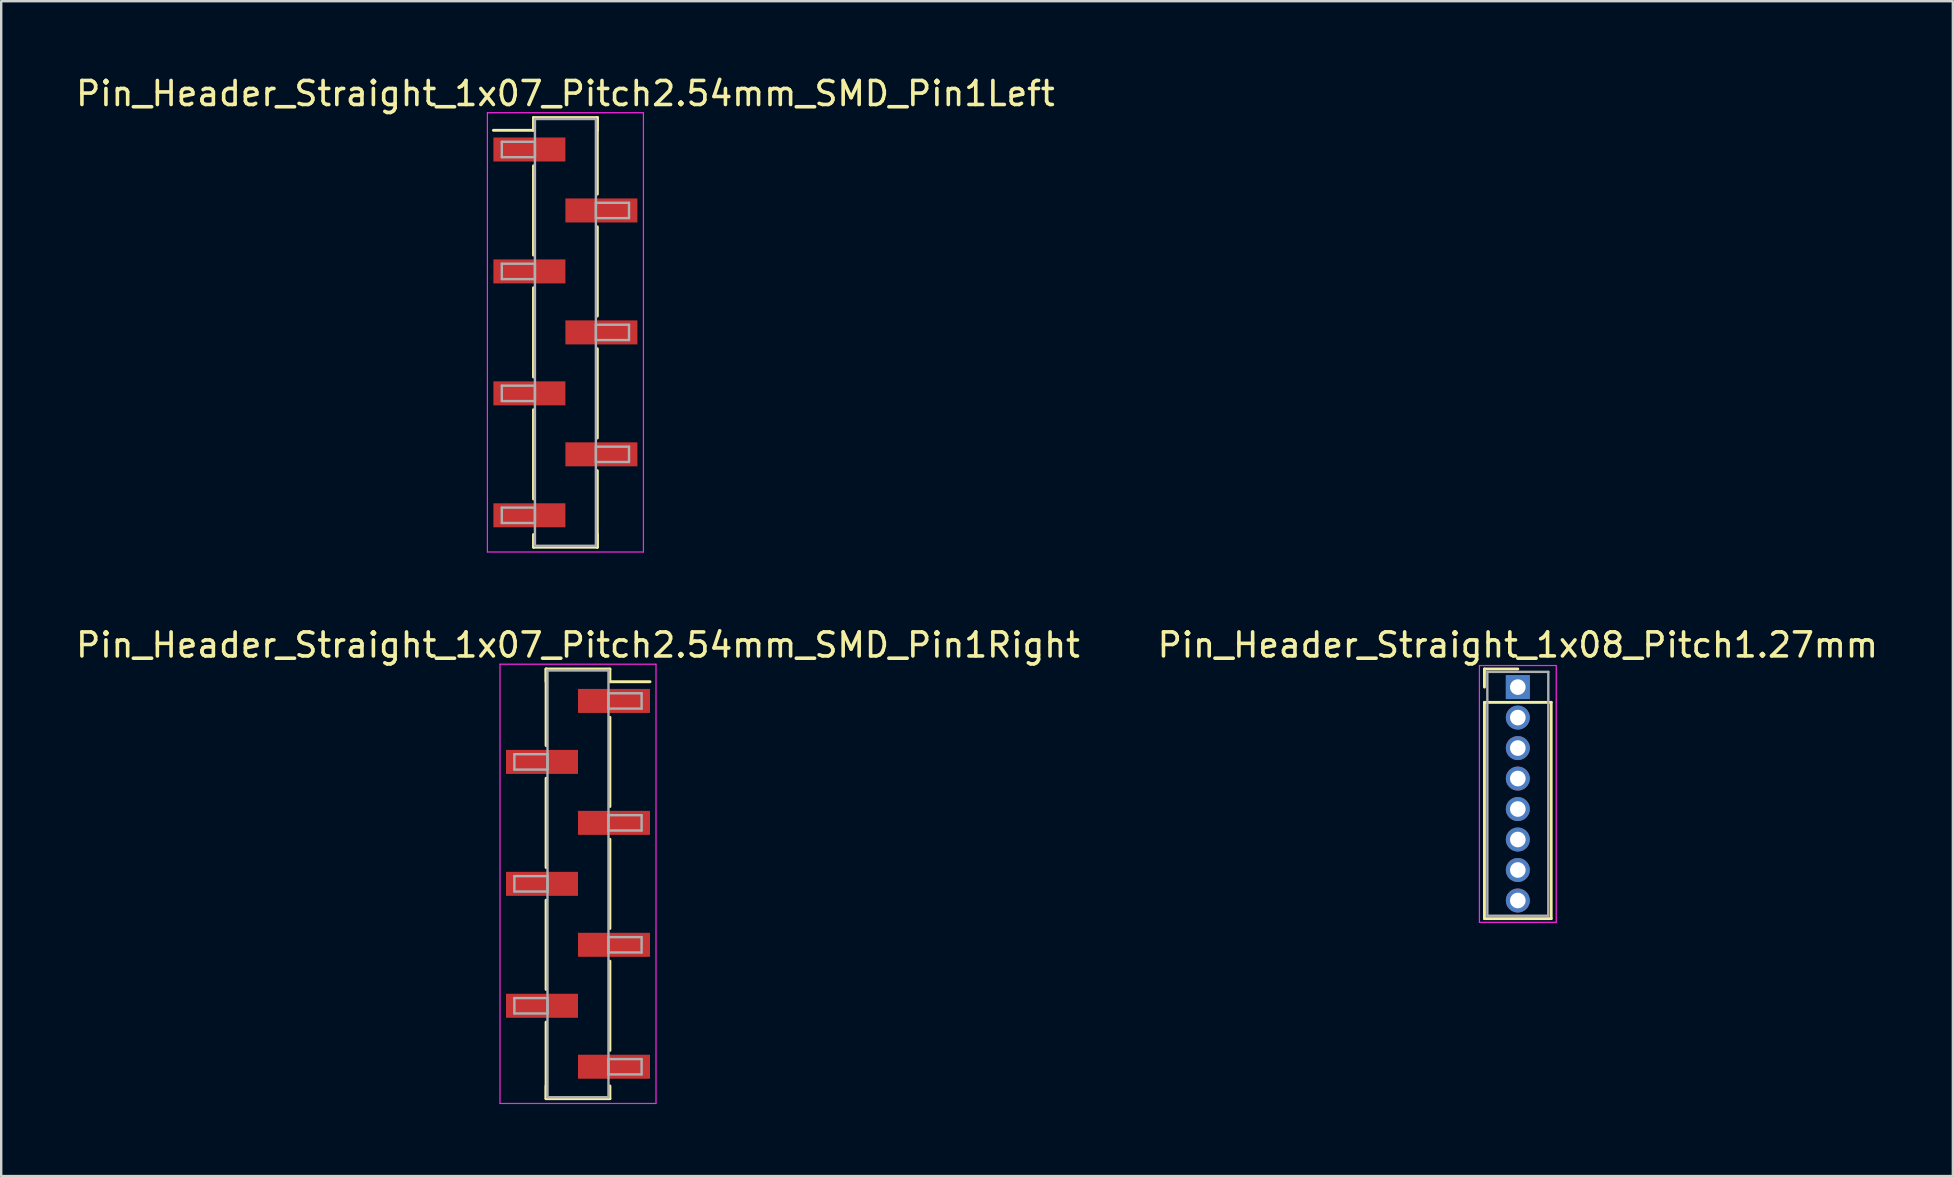
<source format=kicad_pcb>
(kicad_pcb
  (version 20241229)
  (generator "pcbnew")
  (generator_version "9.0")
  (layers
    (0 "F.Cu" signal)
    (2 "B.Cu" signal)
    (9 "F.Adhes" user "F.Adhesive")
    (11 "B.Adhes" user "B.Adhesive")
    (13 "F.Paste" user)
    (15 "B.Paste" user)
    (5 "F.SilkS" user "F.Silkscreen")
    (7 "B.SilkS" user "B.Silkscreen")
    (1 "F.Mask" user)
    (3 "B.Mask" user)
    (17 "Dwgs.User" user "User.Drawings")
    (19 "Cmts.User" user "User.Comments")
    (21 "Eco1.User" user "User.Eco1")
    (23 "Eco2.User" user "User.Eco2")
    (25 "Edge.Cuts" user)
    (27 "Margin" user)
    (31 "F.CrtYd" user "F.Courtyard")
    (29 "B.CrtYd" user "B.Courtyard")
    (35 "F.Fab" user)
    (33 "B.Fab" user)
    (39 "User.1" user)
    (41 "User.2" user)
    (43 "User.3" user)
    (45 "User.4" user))
  (footprint "Pin_Header_Straight_1x08_Pitch1.27mm"
    (layer "F.Cu")
    (at 60.185 25.576)
    (property "Reference" "Pin_Header_Straight_1x08_Pitch1.27mm" (at 0 -1.755 0) (layer "F.SilkS") (effects (font (size 1 1) (thickness 0.15))))
    (attr through_hole)
    (fp_line (start -1.39 -0.755) (end 0 -0.755) (stroke (width 0.12) (type solid)) (layer "F.SilkS"))
    (fp_line (start -1.39 0) (end -1.39 -0.755) (stroke (width 0.12) (type solid)) (layer "F.SilkS"))
    (fp_line (start -1.39 0.635) (end -1.39 9.645) (stroke (width 0.12) (type solid)) (layer "F.SilkS"))
    (fp_line (start -1.39 9.645) (end 1.39 9.645) (stroke (width 0.12) (type solid)) (layer "F.SilkS"))
    (fp_line (start 1.39 0.635) (end -1.39 0.635) (stroke (width 0.12) (type solid)) (layer "F.SilkS"))
    (fp_line (start 1.39 9.645) (end 1.39 0.635) (stroke (width 0.12) (type solid)) (layer "F.SilkS"))
    (fp_line (start -1.6 -0.9) (end -1.6 9.8) (stroke (width 0.05) (type solid)) (layer "F.CrtYd"))
    (fp_line (start -1.6 9.8) (end 1.6 9.8) (stroke (width 0.05) (type solid)) (layer "F.CrtYd"))
    (fp_line (start 1.6 -0.9) (end -1.6 -0.9) (stroke (width 0.05) (type solid)) (layer "F.CrtYd"))
    (fp_line (start 1.6 9.8) (end 1.6 -0.9) (stroke (width 0.05) (type solid)) (layer "F.CrtYd"))
    (fp_line (start -1.27 -0.635) (end -1.27 9.525) (stroke (width 0.1) (type solid)) (layer "F.Fab"))
    (fp_line (start -1.27 9.525) (end 1.27 9.525) (stroke (width 0.1) (type solid)) (layer "F.Fab"))
    (fp_line (start 1.27 -0.635) (end -1.27 -0.635) (stroke (width 0.1) (type solid)) (layer "F.Fab"))
    (fp_line (start 1.27 9.525) (end 1.27 -0.635) (stroke (width 0.1) (type solid)) (layer "F.Fab"))
    (pad "1" thru_hole rect (at 0 0) (size 1 1) (drill 0.65) (layers "*.Cu" "*.Mask"))
    (pad "2" thru_hole oval (at 0 1.27) (size 1 1) (drill 0.65) (layers "*.Cu" "*.Mask"))
    (pad "3" thru_hole oval (at 0 2.54) (size 1 1) (drill 0.65) (layers "*.Cu" "*.Mask"))
    (pad "4" thru_hole oval (at 0 3.81) (size 1 1) (drill 0.65) (layers "*.Cu" "*.Mask"))
    (pad "5" thru_hole oval (at 0 5.08) (size 1 1) (drill 0.65) (layers "*.Cu" "*.Mask"))
    (pad "6" thru_hole oval (at 0 6.35) (size 1 1) (drill 0.65) (layers "*.Cu" "*.Mask"))
    (pad "7" thru_hole oval (at 0 7.62) (size 1 1) (drill 0.65) (layers "*.Cu" "*.Mask"))
    (pad "8" thru_hole oval (at 0 8.89) (size 1 1) (drill 0.65) (layers "*.Cu" "*.Mask")))
  (footprint "Pin_Header_Straight_1x07_Pitch2.54mm_SMD_Pin1Left"
    (layer "F.Cu")
    (at 20.506 10.798)
    (property "Reference" "Pin_Header_Straight_1x07_Pitch2.54mm_SMD_Pin1Left" (at 0 -9.95 0) (layer "F.SilkS") (effects (font (size 1 1) (thickness 0.15))))
    (attr smd)
    (fp_line (start -1.33 -8.95) (end 1.33 -8.95) (stroke (width 0.12) (type solid)) (layer "F.SilkS"))
    (fp_line (start -1.33 -8.42) (end -3 -8.42) (stroke (width 0.12) (type solid)) (layer "F.SilkS"))
    (fp_line (start -1.33 -8.42) (end -1.33 -8.95) (stroke (width 0.12) (type solid)) (layer "F.SilkS"))
    (fp_line (start -1.33 -6.94) (end -1.33 -3.22) (stroke (width 0.12) (type solid)) (layer "F.SilkS"))
    (fp_line (start -1.33 -1.86) (end -1.33 1.86) (stroke (width 0.12) (type solid)) (layer "F.SilkS"))
    (fp_line (start -1.33 3.22) (end -1.33 6.94) (stroke (width 0.12) (type solid)) (layer "F.SilkS"))
    (fp_line (start -1.33 8.42) (end -1.33 8.95) (stroke (width 0.12) (type solid)) (layer "F.SilkS"))
    (fp_line (start -1.33 8.95) (end 1.33 8.95) (stroke (width 0.12) (type solid)) (layer "F.SilkS"))
    (fp_line (start 1.33 -8.95) (end 1.33 -8.42) (stroke (width 0.12) (type solid)) (layer "F.SilkS"))
    (fp_line (start 1.33 -8.95) (end 1.33 -5.76) (stroke (width 0.12) (type solid)) (layer "F.SilkS"))
    (fp_line (start 1.33 -4.4) (end 1.33 -0.68) (stroke (width 0.12) (type solid)) (layer "F.SilkS"))
    (fp_line (start 1.33 0.68) (end 1.33 4.4) (stroke (width 0.12) (type solid)) (layer "F.SilkS"))
    (fp_line (start 1.33 5.76) (end 1.33 8.95) (stroke (width 0.12) (type solid)) (layer "F.SilkS"))
    (fp_line (start 1.33 8.95) (end 1.33 8.42) (stroke (width 0.12) (type solid)) (layer "F.SilkS"))
    (fp_line (start -3.25 -9.15) (end -3.25 9.15) (stroke (width 0.05) (type solid)) (layer "F.CrtYd"))
    (fp_line (start -3.25 9.15) (end 3.25 9.15) (stroke (width 0.05) (type solid)) (layer "F.CrtYd"))
    (fp_line (start 3.25 -9.15) (end -3.25 -9.15) (stroke (width 0.05) (type solid)) (layer "F.CrtYd"))
    (fp_line (start 3.25 9.15) (end 3.25 -9.15) (stroke (width 0.05) (type solid)) (layer "F.CrtYd"))
    (fp_line (start -2.65 -7.94) (end -1.27 -7.94) (stroke (width 0.1) (type solid)) (layer "F.Fab"))
    (fp_line (start -2.65 -7.3) (end -2.65 -7.94) (stroke (width 0.1) (type solid)) (layer "F.Fab"))
    (fp_line (start -2.65 -2.86) (end -1.27 -2.86) (stroke (width 0.1) (type solid)) (layer "F.Fab"))
    (fp_line (start -2.65 -2.22) (end -2.65 -2.86) (stroke (width 0.1) (type solid)) (layer "F.Fab"))
    (fp_line (start -2.65 2.22) (end -1.27 2.22) (stroke (width 0.1) (type solid)) (layer "F.Fab"))
    (fp_line (start -2.65 2.86) (end -2.65 2.22) (stroke (width 0.1) (type solid)) (layer "F.Fab"))
    (fp_line (start -2.65 7.3) (end -1.27 7.3) (stroke (width 0.1) (type solid)) (layer "F.Fab"))
    (fp_line (start -2.65 7.94) (end -2.65 7.3) (stroke (width 0.1) (type solid)) (layer "F.Fab"))
    (fp_line (start -1.27 -8.89) (end -1.27 8.89) (stroke (width 0.1) (type solid)) (layer "F.Fab"))
    (fp_line (start -1.27 -7.94) (end -1.27 -7.3) (stroke (width 0.1) (type solid)) (layer "F.Fab"))
    (fp_line (start -1.27 -7.3) (end -2.65 -7.3) (stroke (width 0.1) (type solid)) (layer "F.Fab"))
    (fp_line (start -1.27 -2.86) (end -1.27 -2.22) (stroke (width 0.1) (type solid)) (layer "F.Fab"))
    (fp_line (start -1.27 -2.22) (end -2.65 -2.22) (stroke (width 0.1) (type solid)) (layer "F.Fab"))
    (fp_line (start -1.27 2.22) (end -1.27 2.86) (stroke (width 0.1) (type solid)) (layer "F.Fab"))
    (fp_line (start -1.27 2.86) (end -2.65 2.86) (stroke (width 0.1) (type solid)) (layer "F.Fab"))
    (fp_line (start -1.27 7.3) (end -1.27 7.94) (stroke (width 0.1) (type solid)) (layer "F.Fab"))
    (fp_line (start -1.27 7.94) (end -2.65 7.94) (stroke (width 0.1) (type solid)) (layer "F.Fab"))
    (fp_line (start -1.27 8.89) (end 1.27 8.89) (stroke (width 0.1) (type solid)) (layer "F.Fab"))
    (fp_line (start 1.27 -8.89) (end -1.27 -8.89) (stroke (width 0.1) (type solid)) (layer "F.Fab"))
    (fp_line (start 1.27 -5.4) (end 1.27 -4.76) (stroke (width 0.1) (type solid)) (layer "F.Fab"))
    (fp_line (start 1.27 -4.76) (end 2.65 -4.76) (stroke (width 0.1) (type solid)) (layer "F.Fab"))
    (fp_line (start 1.27 -0.32) (end 1.27 0.32) (stroke (width 0.1) (type solid)) (layer "F.Fab"))
    (fp_line (start 1.27 0.32) (end 2.65 0.32) (stroke (width 0.1) (type solid)) (layer "F.Fab"))
    (fp_line (start 1.27 4.76) (end 1.27 5.4) (stroke (width 0.1) (type solid)) (layer "F.Fab"))
    (fp_line (start 1.27 5.4) (end 2.65 5.4) (stroke (width 0.1) (type solid)) (layer "F.Fab"))
    (fp_line (start 1.27 8.89) (end 1.27 -8.89) (stroke (width 0.1) (type solid)) (layer "F.Fab"))
    (fp_line (start 2.65 -5.4) (end 1.27 -5.4) (stroke (width 0.1) (type solid)) (layer "F.Fab"))
    (fp_line (start 2.65 -4.76) (end 2.65 -5.4) (stroke (width 0.1) (type solid)) (layer "F.Fab"))
    (fp_line (start 2.65 -0.32) (end 1.27 -0.32) (stroke (width 0.1) (type solid)) (layer "F.Fab"))
    (fp_line (start 2.65 0.32) (end 2.65 -0.32) (stroke (width 0.1) (type solid)) (layer "F.Fab"))
    (fp_line (start 2.65 4.76) (end 1.27 4.76) (stroke (width 0.1) (type solid)) (layer "F.Fab"))
    (fp_line (start 2.65 5.4) (end 2.65 4.76) (stroke (width 0.1) (type solid)) (layer "F.Fab"))
    (pad "1" smd rect (at -1.5 -7.62) (size 3 1) (layers "F.Cu" "F.Mask"))
    (pad "2" smd rect (at 1.5 -5.08) (size 3 1) (layers "F.Cu" "F.Mask"))
    (pad "3" smd rect (at -1.5 -2.54) (size 3 1) (layers "F.Cu" "F.Mask"))
    (pad "4" smd rect (at 1.5 0) (size 3 1) (layers "F.Cu" "F.Mask"))
    (pad "5" smd rect (at -1.5 2.54) (size 3 1) (layers "F.Cu" "F.Mask"))
    (pad "6" smd rect (at 1.5 5.08) (size 3 1) (layers "F.Cu" "F.Mask"))
    (pad "7" smd rect (at -1.5 7.62) (size 3 1) (layers "F.Cu" "F.Mask")))
  (footprint "Pin_Header_Straight_1x07_Pitch2.54mm_SMD_Pin1Right"
    (layer "F.Cu")
    (at 21.03 33.772)
    (property "Reference" "Pin_Header_Straight_1x07_Pitch2.54mm_SMD_Pin1Right" (at 0 -9.95 0) (layer "F.SilkS") (effects (font (size 1 1) (thickness 0.15))))
    (attr smd)
    (fp_line (start -1.33 -8.95) (end -1.33 -5.76) (stroke (width 0.12) (type solid)) (layer "F.SilkS"))
    (fp_line (start -1.33 -8.95) (end 1.33 -8.95) (stroke (width 0.12) (type solid)) (layer "F.SilkS"))
    (fp_line (start -1.33 -8.42) (end -1.33 -8.95) (stroke (width 0.12) (type solid)) (layer "F.SilkS"))
    (fp_line (start -1.33 -4.4) (end -1.33 -0.68) (stroke (width 0.12) (type solid)) (layer "F.SilkS"))
    (fp_line (start -1.33 0.68) (end -1.33 4.4) (stroke (width 0.12) (type solid)) (layer "F.SilkS"))
    (fp_line (start -1.33 5.76) (end -1.33 8.95) (stroke (width 0.12) (type solid)) (layer "F.SilkS"))
    (fp_line (start -1.33 8.42) (end -1.33 8.95) (stroke (width 0.12) (type solid)) (layer "F.SilkS"))
    (fp_line (start -1.33 8.95) (end 1.33 8.95) (stroke (width 0.12) (type solid)) (layer "F.SilkS"))
    (fp_line (start 1.33 -8.95) (end 1.33 -8.42) (stroke (width 0.12) (type solid)) (layer "F.SilkS"))
    (fp_line (start 1.33 -8.42) (end 3 -8.42) (stroke (width 0.12) (type solid)) (layer "F.SilkS"))
    (fp_line (start 1.33 -6.94) (end 1.33 -3.22) (stroke (width 0.12) (type solid)) (layer "F.SilkS"))
    (fp_line (start 1.33 -1.86) (end 1.33 1.86) (stroke (width 0.12) (type solid)) (layer "F.SilkS"))
    (fp_line (start 1.33 3.22) (end 1.33 6.94) (stroke (width 0.12) (type solid)) (layer "F.SilkS"))
    (fp_line (start 1.33 8.95) (end 1.33 8.42) (stroke (width 0.12) (type solid)) (layer "F.SilkS"))
    (fp_line (start -3.25 -9.15) (end -3.25 9.15) (stroke (width 0.05) (type solid)) (layer "F.CrtYd"))
    (fp_line (start -3.25 9.15) (end 3.25 9.15) (stroke (width 0.05) (type solid)) (layer "F.CrtYd"))
    (fp_line (start 3.25 -9.15) (end -3.25 -9.15) (stroke (width 0.05) (type solid)) (layer "F.CrtYd"))
    (fp_line (start 3.25 9.15) (end 3.25 -9.15) (stroke (width 0.05) (type solid)) (layer "F.CrtYd"))
    (fp_line (start -2.65 -5.4) (end -1.27 -5.4) (stroke (width 0.1) (type solid)) (layer "F.Fab"))
    (fp_line (start -2.65 -4.76) (end -2.65 -5.4) (stroke (width 0.1) (type solid)) (layer "F.Fab"))
    (fp_line (start -2.65 -0.32) (end -1.27 -0.32) (stroke (width 0.1) (type solid)) (layer "F.Fab"))
    (fp_line (start -2.65 0.32) (end -2.65 -0.32) (stroke (width 0.1) (type solid)) (layer "F.Fab"))
    (fp_line (start -2.65 4.76) (end -1.27 4.76) (stroke (width 0.1) (type solid)) (layer "F.Fab"))
    (fp_line (start -2.65 5.4) (end -2.65 4.76) (stroke (width 0.1) (type solid)) (layer "F.Fab"))
    (fp_line (start -1.27 -8.89) (end -1.27 8.89) (stroke (width 0.1) (type solid)) (layer "F.Fab"))
    (fp_line (start -1.27 -5.4) (end -1.27 -4.76) (stroke (width 0.1) (type solid)) (layer "F.Fab"))
    (fp_line (start -1.27 -4.76) (end -2.65 -4.76) (stroke (width 0.1) (type solid)) (layer "F.Fab"))
    (fp_line (start -1.27 -0.32) (end -1.27 0.32) (stroke (width 0.1) (type solid)) (layer "F.Fab"))
    (fp_line (start -1.27 0.32) (end -2.65 0.32) (stroke (width 0.1) (type solid)) (layer "F.Fab"))
    (fp_line (start -1.27 4.76) (end -1.27 5.4) (stroke (width 0.1) (type solid)) (layer "F.Fab"))
    (fp_line (start -1.27 5.4) (end -2.65 5.4) (stroke (width 0.1) (type solid)) (layer "F.Fab"))
    (fp_line (start -1.27 8.89) (end 1.27 8.89) (stroke (width 0.1) (type solid)) (layer "F.Fab"))
    (fp_line (start 1.27 -8.89) (end -1.27 -8.89) (stroke (width 0.1) (type solid)) (layer "F.Fab"))
    (fp_line (start 1.27 -7.94) (end 1.27 -7.3) (stroke (width 0.1) (type solid)) (layer "F.Fab"))
    (fp_line (start 1.27 -7.3) (end 2.65 -7.3) (stroke (width 0.1) (type solid)) (layer "F.Fab"))
    (fp_line (start 1.27 -2.86) (end 1.27 -2.22) (stroke (width 0.1) (type solid)) (layer "F.Fab"))
    (fp_line (start 1.27 -2.22) (end 2.65 -2.22) (stroke (width 0.1) (type solid)) (layer "F.Fab"))
    (fp_line (start 1.27 2.22) (end 1.27 2.86) (stroke (width 0.1) (type solid)) (layer "F.Fab"))
    (fp_line (start 1.27 2.86) (end 2.65 2.86) (stroke (width 0.1) (type solid)) (layer "F.Fab"))
    (fp_line (start 1.27 7.3) (end 1.27 7.94) (stroke (width 0.1) (type solid)) (layer "F.Fab"))
    (fp_line (start 1.27 7.94) (end 2.65 7.94) (stroke (width 0.1) (type solid)) (layer "F.Fab"))
    (fp_line (start 1.27 8.89) (end 1.27 -8.89) (stroke (width 0.1) (type solid)) (layer "F.Fab"))
    (fp_line (start 2.65 -7.94) (end 1.27 -7.94) (stroke (width 0.1) (type solid)) (layer "F.Fab"))
    (fp_line (start 2.65 -7.3) (end 2.65 -7.94) (stroke (width 0.1) (type solid)) (layer "F.Fab"))
    (fp_line (start 2.65 -2.86) (end 1.27 -2.86) (stroke (width 0.1) (type solid)) (layer "F.Fab"))
    (fp_line (start 2.65 -2.22) (end 2.65 -2.86) (stroke (width 0.1) (type solid)) (layer "F.Fab"))
    (fp_line (start 2.65 2.22) (end 1.27 2.22) (stroke (width 0.1) (type solid)) (layer "F.Fab"))
    (fp_line (start 2.65 2.86) (end 2.65 2.22) (stroke (width 0.1) (type solid)) (layer "F.Fab"))
    (fp_line (start 2.65 7.3) (end 1.27 7.3) (stroke (width 0.1) (type solid)) (layer "F.Fab"))
    (fp_line (start 2.65 7.94) (end 2.65 7.3) (stroke (width 0.1) (type solid)) (layer "F.Fab"))
    (pad "1" smd rect (at 1.5 -7.62) (size 3 1) (layers "F.Cu" "F.Mask"))
    (pad "2" smd rect (at -1.5 -5.08) (size 3 1) (layers "F.Cu" "F.Mask"))
    (pad "3" smd rect (at 1.5 -2.54) (size 3 1) (layers "F.Cu" "F.Mask"))
    (pad "4" smd rect (at -1.5 0) (size 3 1) (layers "F.Cu" "F.Mask"))
    (pad "5" smd rect (at 1.5 2.54) (size 3 1) (layers "F.Cu" "F.Mask"))
    (pad "6" smd rect (at -1.5 5.08) (size 3 1) (layers "F.Cu" "F.Mask"))
    (pad "7" smd rect (at 1.5 7.62) (size 3 1) (layers "F.Cu" "F.Mask")))
  (gr_rect
    (start -3 -3)
    (end 78.31 45.947)
    (stroke (width 0.1) (type default))
    (fill no)
    (layer "Edge.Cuts")))
</source>
